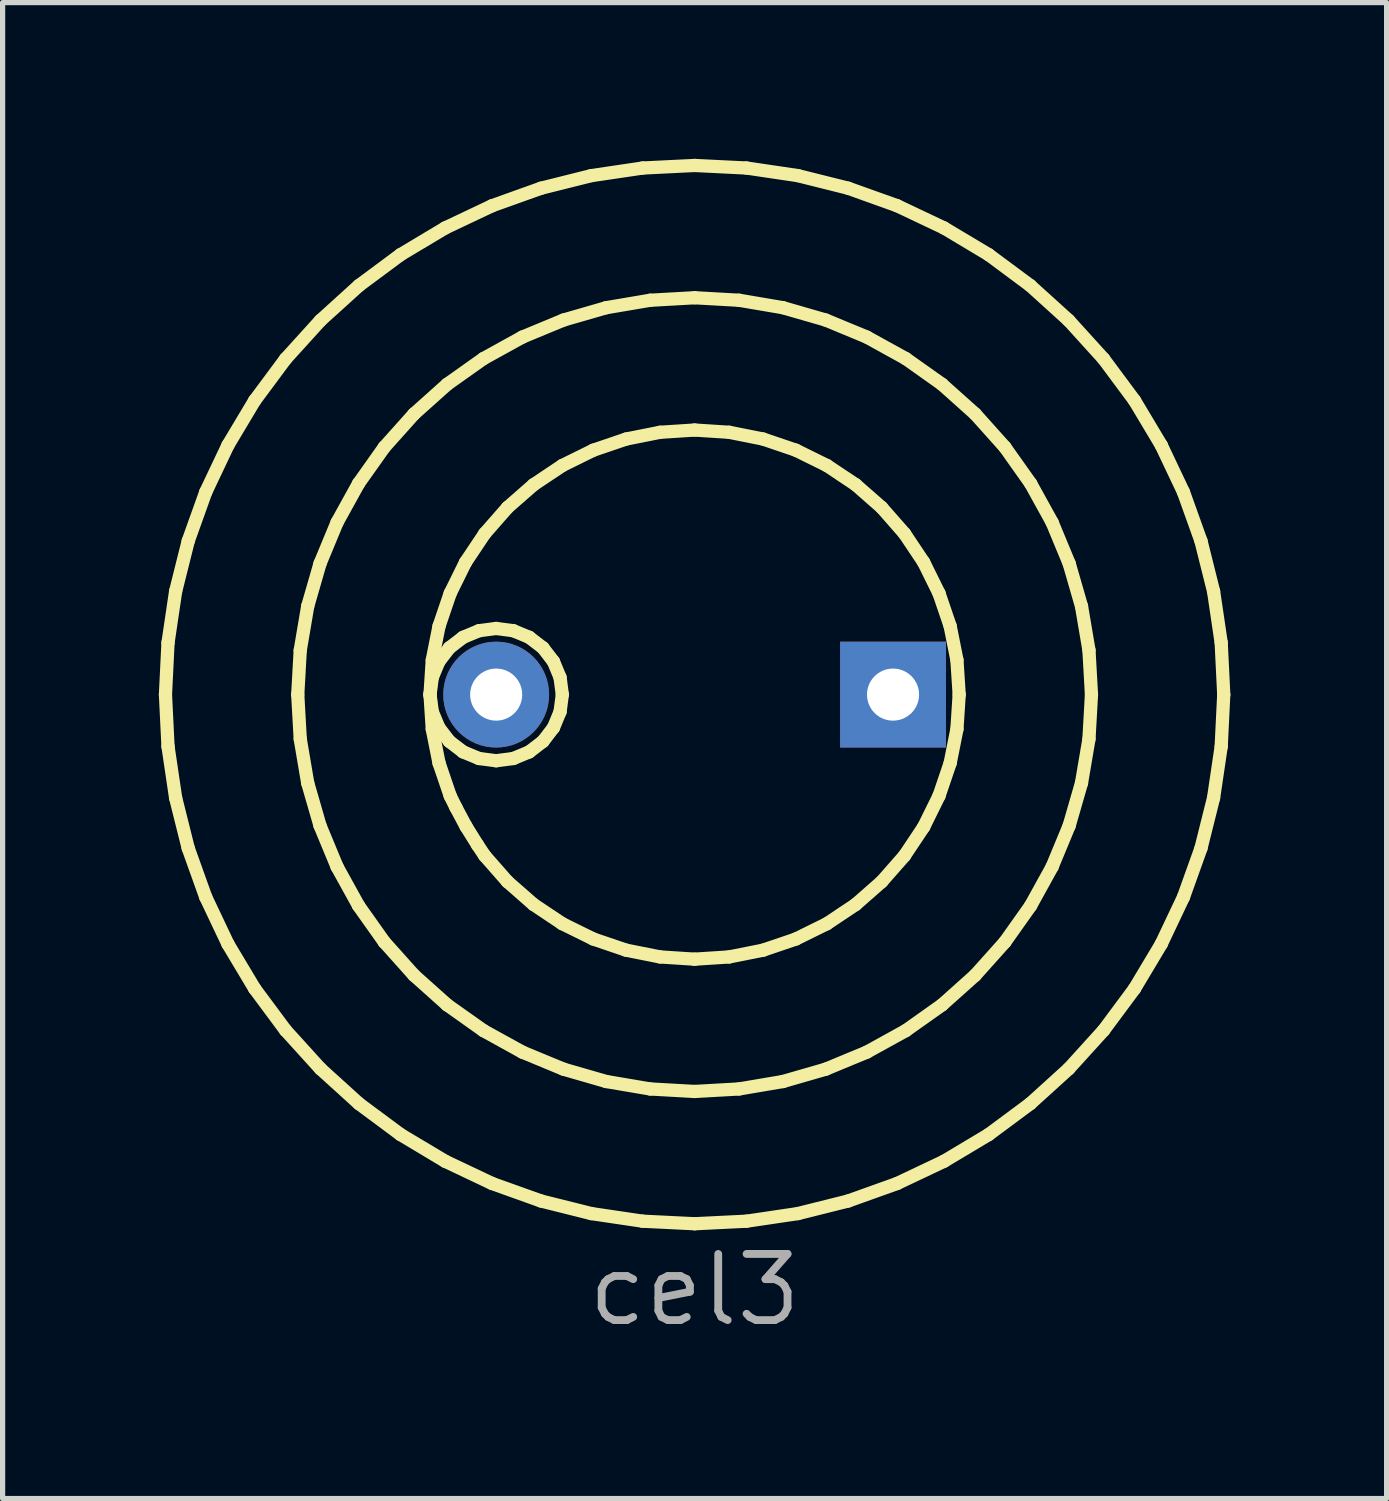
<source format=kicad_pcb>
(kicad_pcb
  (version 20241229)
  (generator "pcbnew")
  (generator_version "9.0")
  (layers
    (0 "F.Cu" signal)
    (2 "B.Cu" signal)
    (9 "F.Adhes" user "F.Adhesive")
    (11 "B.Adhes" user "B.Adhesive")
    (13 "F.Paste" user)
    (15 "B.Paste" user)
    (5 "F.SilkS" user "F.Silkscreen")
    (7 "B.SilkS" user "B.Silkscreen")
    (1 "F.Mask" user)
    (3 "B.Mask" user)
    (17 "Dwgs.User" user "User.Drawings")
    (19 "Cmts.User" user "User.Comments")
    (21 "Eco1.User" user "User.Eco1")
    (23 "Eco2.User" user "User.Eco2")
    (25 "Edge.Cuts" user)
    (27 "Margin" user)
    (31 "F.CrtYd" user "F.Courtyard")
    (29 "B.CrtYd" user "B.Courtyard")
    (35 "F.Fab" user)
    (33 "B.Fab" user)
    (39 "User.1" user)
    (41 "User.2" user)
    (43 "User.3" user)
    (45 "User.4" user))
  (footprint "cel3"
    (layer "F.Cu")
    (at 6.477 10.287)
    (property "Reference" "cel3" (at 3.81 11.43 0) (layer "F.Fab") (effects (font (size 1.27 1.27) (thickness 0.15))))
    (attr through_hole)
    (fp_line (start -6.35 0) (end -6.301 0.996) (stroke (width 0.254) (type default)) (layer "F.SilkS"))
    (fp_line (start -6.301 -0.996) (end -6.35 0) (stroke (width 0.254) (type default)) (layer "F.SilkS"))
    (fp_line (start -6.301 0.996) (end -6.155 1.982) (stroke (width 0.254) (type default)) (layer "F.SilkS"))
    (fp_line (start -6.155 -1.982) (end -6.301 -0.996) (stroke (width 0.254) (type default)) (layer "F.SilkS"))
    (fp_line (start -6.155 1.982) (end -5.913 2.949) (stroke (width 0.254) (type default)) (layer "F.SilkS"))
    (fp_line (start -5.913 -2.949) (end -6.155 -1.982) (stroke (width 0.254) (type default)) (layer "F.SilkS"))
    (fp_line (start -5.913 2.949) (end -5.577 3.888) (stroke (width 0.254) (type default)) (layer "F.SilkS"))
    (fp_line (start -5.577 -3.888) (end -5.913 -2.949) (stroke (width 0.254) (type default)) (layer "F.SilkS"))
    (fp_line (start -5.577 3.888) (end -5.15 4.789) (stroke (width 0.254) (type default)) (layer "F.SilkS"))
    (fp_line (start -5.15 -4.789) (end -5.577 -3.888) (stroke (width 0.254) (type default)) (layer "F.SilkS"))
    (fp_line (start -5.15 4.789) (end -4.638 5.645) (stroke (width 0.254) (type default)) (layer "F.SilkS"))
    (fp_line (start -4.638 -5.645) (end -5.15 -4.789) (stroke (width 0.254) (type default)) (layer "F.SilkS"))
    (fp_line (start -4.638 5.645) (end -4.044 6.445) (stroke (width 0.254) (type default)) (layer "F.SilkS"))
    (fp_line (start -4.044 -6.445) (end -4.638 -5.645) (stroke (width 0.254) (type default)) (layer "F.SilkS"))
    (fp_line (start -4.044 6.445) (end -3.374 7.184) (stroke (width 0.254) (type default)) (layer "F.SilkS"))
    (fp_line (start -3.81 0) (end -3.762 0.853) (stroke (width 0.254) (type default)) (layer "F.SilkS"))
    (fp_line (start -3.762 -0.853) (end -3.81 0) (stroke (width 0.254) (type default)) (layer "F.SilkS"))
    (fp_line (start -3.762 0.853) (end -3.619 1.696) (stroke (width 0.254) (type default)) (layer "F.SilkS"))
    (fp_line (start -3.619 -1.696) (end -3.762 -0.853) (stroke (width 0.254) (type default)) (layer "F.SilkS"))
    (fp_line (start -3.619 1.696) (end -3.382 2.517) (stroke (width 0.254) (type default)) (layer "F.SilkS"))
    (fp_line (start -3.382 -2.517) (end -3.619 -1.696) (stroke (width 0.254) (type default)) (layer "F.SilkS"))
    (fp_line (start -3.382 2.517) (end -3.055 3.306) (stroke (width 0.254) (type default)) (layer "F.SilkS"))
    (fp_line (start -3.374 -7.184) (end -4.044 -6.445) (stroke (width 0.254) (type default)) (layer "F.SilkS"))
    (fp_line (start -3.374 7.184) (end -2.635 7.854) (stroke (width 0.254) (type default)) (layer "F.SilkS"))
    (fp_line (start -3.055 -3.306) (end -3.382 -2.517) (stroke (width 0.254) (type default)) (layer "F.SilkS"))
    (fp_line (start -3.055 3.306) (end -2.642 4.054) (stroke (width 0.254) (type default)) (layer "F.SilkS"))
    (fp_line (start -2.642 -4.054) (end -3.055 -3.306) (stroke (width 0.254) (type default)) (layer "F.SilkS"))
    (fp_line (start -2.642 4.054) (end -2.148 4.751) (stroke (width 0.254) (type default)) (layer "F.SilkS"))
    (fp_line (start -2.635 -7.854) (end -3.374 -7.184) (stroke (width 0.254) (type default)) (layer "F.SilkS"))
    (fp_line (start -2.635 7.854) (end -1.835 8.448) (stroke (width 0.254) (type default)) (layer "F.SilkS"))
    (fp_line (start -2.148 -4.751) (end -2.642 -4.054) (stroke (width 0.254) (type default)) (layer "F.SilkS"))
    (fp_line (start -2.148 4.751) (end -1.578 5.388) (stroke (width 0.254) (type default)) (layer "F.SilkS"))
    (fp_line (start -1.835 -8.448) (end -2.635 -7.854) (stroke (width 0.254) (type default)) (layer "F.SilkS"))
    (fp_line (start -1.835 8.448) (end -0.979 8.96) (stroke (width 0.254) (type default)) (layer "F.SilkS"))
    (fp_line (start -1.578 -5.388) (end -2.148 -4.751) (stroke (width 0.254) (type default)) (layer "F.SilkS"))
    (fp_line (start -1.578 5.388) (end -0.941 5.958) (stroke (width 0.254) (type default)) (layer "F.SilkS"))
    (fp_line (start -1.27 0) (end -1.227 0.329) (stroke (width 0.254) (type default)) (layer "F.SilkS"))
    (fp_line (start -1.27 0) (end -1.227 0.663) (stroke (width 0.254) (type default)) (layer "F.SilkS"))
    (fp_line (start -1.227 -0.329) (end -1.27 0) (stroke (width 0.254) (type default)) (layer "F.SilkS"))
    (fp_line (start -1.227 0.329) (end -1.1 0.635) (stroke (width 0.254) (type default)) (layer "F.SilkS"))
    (fp_line (start -1.227 -0.663) (end -1.27 0) (stroke (width 0.254) (type default)) (layer "F.SilkS"))
    (fp_line (start -1.227 0.663) (end -1.097 1.315) (stroke (width 0.254) (type default)) (layer "F.SilkS"))
    (fp_line (start -1.1 -0.635) (end -1.227 -0.329) (stroke (width 0.254) (type default)) (layer "F.SilkS"))
    (fp_line (start -1.1 0.635) (end -0.898 0.898) (stroke (width 0.254) (type default)) (layer "F.SilkS"))
    (fp_line (start -1.097 -1.315) (end -1.227 -0.663) (stroke (width 0.254) (type default)) (layer "F.SilkS"))
    (fp_line (start -1.097 1.315) (end -0.883 1.944) (stroke (width 0.254) (type default)) (layer "F.SilkS"))
    (fp_line (start -0.979 -8.96) (end -1.835 -8.448) (stroke (width 0.254) (type default)) (layer "F.SilkS"))
    (fp_line (start -0.979 8.96) (end -0.078 9.387) (stroke (width 0.254) (type default)) (layer "F.SilkS"))
    (fp_line (start -0.941 -5.958) (end -1.578 -5.388) (stroke (width 0.254) (type default)) (layer "F.SilkS"))
    (fp_line (start -0.941 5.958) (end -0.244 6.452) (stroke (width 0.254) (type default)) (layer "F.SilkS"))
    (fp_line (start -0.898 -0.898) (end -1.1 -0.635) (stroke (width 0.254) (type default)) (layer "F.SilkS"))
    (fp_line (start -0.898 0.898) (end -0.635 1.1) (stroke (width 0.254) (type default)) (layer "F.SilkS"))
    (fp_line (start -0.883 -1.944) (end -1.097 -1.315) (stroke (width 0.254) (type default)) (layer "F.SilkS"))
    (fp_line (start -0.883 1.944) (end -0.773 2.167) (stroke (width 0.254) (type default)) (layer "F.SilkS"))
    (fp_line (start -0.773 2.167) (end -0.578 2.533) (stroke (width 0.254) (type default)) (layer "F.SilkS"))
    (fp_line (start -0.635 -1.1) (end -0.898 -0.898) (stroke (width 0.254) (type default)) (layer "F.SilkS"))
    (fp_line (start -0.635 1.1) (end -0.329 1.227) (stroke (width 0.254) (type default)) (layer "F.SilkS"))
    (fp_line (start -0.589 -2.54) (end -0.883 -1.944) (stroke (width 0.254) (type default)) (layer "F.SilkS"))
    (fp_line (start -0.578 2.533) (end -0.358 2.886) (stroke (width 0.254) (type default)) (layer "F.SilkS"))
    (fp_line (start -0.358 2.886) (end -0.22 3.093) (stroke (width 0.254) (type default)) (layer "F.SilkS"))
    (fp_line (start -0.329 -1.227) (end -0.635 -1.1) (stroke (width 0.254) (type default)) (layer "F.SilkS"))
    (fp_line (start -0.329 1.227) (end 0 1.27) (stroke (width 0.254) (type default)) (layer "F.SilkS"))
    (fp_line (start -0.244 -6.452) (end -0.941 -5.958) (stroke (width 0.254) (type default)) (layer "F.SilkS"))
    (fp_line (start -0.244 6.452) (end 0.504 6.865) (stroke (width 0.254) (type default)) (layer "F.SilkS"))
    (fp_line (start -0.22 -3.092) (end -0.589 -2.54) (stroke (width 0.254) (type default)) (layer "F.SilkS"))
    (fp_line (start -0.22 3.093) (end 0.218 3.592) (stroke (width 0.254) (type default)) (layer "F.SilkS"))
    (fp_line (start -0.078 -9.387) (end -0.979 -8.96) (stroke (width 0.254) (type default)) (layer "F.SilkS"))
    (fp_line (start -0.078 9.387) (end 0.861 9.723) (stroke (width 0.254) (type default)) (layer "F.SilkS"))
    (fp_line (start 0 -1.27) (end -0.329 -1.227) (stroke (width 0.254) (type default)) (layer "F.SilkS"))
    (fp_line (start 0 1.27) (end 0.329 1.227) (stroke (width 0.254) (type default)) (layer "F.SilkS"))
    (fp_line (start 0.218 -3.592) (end -0.22 -3.092) (stroke (width 0.254) (type default)) (layer "F.SilkS"))
    (fp_line (start 0.218 3.592) (end 0.718 4.03) (stroke (width 0.254) (type default)) (layer "F.SilkS"))
    (fp_line (start 0.329 -1.227) (end 0 -1.27) (stroke (width 0.254) (type default)) (layer "F.SilkS"))
    (fp_line (start 0.329 1.227) (end 0.635 1.1) (stroke (width 0.254) (type default)) (layer "F.SilkS"))
    (fp_line (start 0.504 -6.865) (end -0.244 -6.452) (stroke (width 0.254) (type default)) (layer "F.SilkS"))
    (fp_line (start 0.504 6.865) (end 1.293 7.192) (stroke (width 0.254) (type default)) (layer "F.SilkS"))
    (fp_line (start 0.635 -1.1) (end 0.329 -1.227) (stroke (width 0.254) (type default)) (layer "F.SilkS"))
    (fp_line (start 0.635 1.1) (end 0.898 0.898) (stroke (width 0.254) (type default)) (layer "F.SilkS"))
    (fp_line (start 0.718 -4.03) (end 0.218 -3.592) (stroke (width 0.254) (type default)) (layer "F.SilkS"))
    (fp_line (start 0.718 4.03) (end 1.27 4.399) (stroke (width 0.254) (type default)) (layer "F.SilkS"))
    (fp_line (start 0.861 -9.723) (end -0.078 -9.387) (stroke (width 0.254) (type default)) (layer "F.SilkS"))
    (fp_line (start 0.861 9.723) (end 1.828 9.965) (stroke (width 0.254) (type default)) (layer "F.SilkS"))
    (fp_line (start 0.898 -0.898) (end 0.635 -1.1) (stroke (width 0.254) (type default)) (layer "F.SilkS"))
    (fp_line (start 0.898 0.898) (end 1.1 0.635) (stroke (width 0.254) (type default)) (layer "F.SilkS"))
    (fp_line (start 1.1 -0.635) (end 0.898 -0.898) (stroke (width 0.254) (type default)) (layer "F.SilkS"))
    (fp_line (start 1.1 0.635) (end 1.227 0.329) (stroke (width 0.254) (type default)) (layer "F.SilkS"))
    (fp_line (start 1.227 -0.329) (end 1.1 -0.635) (stroke (width 0.254) (type default)) (layer "F.SilkS"))
    (fp_line (start 1.227 0.329) (end 1.27 0) (stroke (width 0.254) (type default)) (layer "F.SilkS"))
    (fp_line (start 1.27 -4.399) (end 0.718 -4.03) (stroke (width 0.254) (type default)) (layer "F.SilkS"))
    (fp_line (start 1.27 0) (end 1.227 -0.329) (stroke (width 0.254) (type default)) (layer "F.SilkS"))
    (fp_line (start 1.27 4.399) (end 1.866 4.693) (stroke (width 0.254) (type default)) (layer "F.SilkS"))
    (fp_line (start 1.293 -7.192) (end 0.504 -6.865) (stroke (width 0.254) (type default)) (layer "F.SilkS"))
    (fp_line (start 1.293 7.192) (end 2.114 7.429) (stroke (width 0.254) (type default)) (layer "F.SilkS"))
    (fp_line (start 1.828 -9.965) (end 0.861 -9.723) (stroke (width 0.254) (type default)) (layer "F.SilkS"))
    (fp_line (start 1.828 9.965) (end 2.814 10.111) (stroke (width 0.254) (type default)) (layer "F.SilkS"))
    (fp_line (start 1.866 -4.693) (end 1.27 -4.399) (stroke (width 0.254) (type default)) (layer "F.SilkS"))
    (fp_line (start 1.866 4.693) (end 2.495 4.907) (stroke (width 0.254) (type default)) (layer "F.SilkS"))
    (fp_line (start 2.114 -7.429) (end 1.293 -7.192) (stroke (width 0.254) (type default)) (layer "F.SilkS"))
    (fp_line (start 2.114 7.429) (end 2.957 7.572) (stroke (width 0.254) (type default)) (layer "F.SilkS"))
    (fp_line (start 2.495 -4.907) (end 1.866 -4.693) (stroke (width 0.254) (type default)) (layer "F.SilkS"))
    (fp_line (start 2.495 4.907) (end 3.147 5.037) (stroke (width 0.254) (type default)) (layer "F.SilkS"))
    (fp_line (start 2.814 -10.111) (end 1.828 -9.965) (stroke (width 0.254) (type default)) (layer "F.SilkS"))
    (fp_line (start 2.814 10.111) (end 3.81 10.16) (stroke (width 0.254) (type default)) (layer "F.SilkS"))
    (fp_line (start 2.957 -7.572) (end 2.114 -7.429) (stroke (width 0.254) (type default)) (layer "F.SilkS"))
    (fp_line (start 2.957 7.572) (end 3.81 7.62) (stroke (width 0.254) (type default)) (layer "F.SilkS"))
    (fp_line (start 3.147 -5.037) (end 2.495 -4.907) (stroke (width 0.254) (type default)) (layer "F.SilkS"))
    (fp_line (start 3.147 5.037) (end 3.81 5.08) (stroke (width 0.254) (type default)) (layer "F.SilkS"))
    (fp_line (start 3.81 -10.16) (end 2.814 -10.111) (stroke (width 0.254) (type default)) (layer "F.SilkS"))
    (fp_line (start 3.81 -7.62) (end 2.957 -7.572) (stroke (width 0.254) (type default)) (layer "F.SilkS"))
    (fp_line (start 3.81 -5.08) (end 3.147 -5.037) (stroke (width 0.254) (type default)) (layer "F.SilkS"))
    (fp_line (start 3.81 5.08) (end 4.473 5.037) (stroke (width 0.254) (type default)) (layer "F.SilkS"))
    (fp_line (start 3.81 7.62) (end 4.663 7.572) (stroke (width 0.254) (type default)) (layer "F.SilkS"))
    (fp_line (start 3.81 10.16) (end 4.806 10.111) (stroke (width 0.254) (type default)) (layer "F.SilkS"))
    (fp_line (start 4.473 -5.037) (end 3.81 -5.08) (stroke (width 0.254) (type default)) (layer "F.SilkS"))
    (fp_line (start 4.473 5.037) (end 5.125 4.907) (stroke (width 0.254) (type default)) (layer "F.SilkS"))
    (fp_line (start 4.663 -7.572) (end 3.81 -7.62) (stroke (width 0.254) (type default)) (layer "F.SilkS"))
    (fp_line (start 4.663 7.572) (end 5.506 7.429) (stroke (width 0.254) (type default)) (layer "F.SilkS"))
    (fp_line (start 4.806 -10.111) (end 3.81 -10.16) (stroke (width 0.254) (type default)) (layer "F.SilkS"))
    (fp_line (start 4.806 10.111) (end 5.792 9.965) (stroke (width 0.254) (type default)) (layer "F.SilkS"))
    (fp_line (start 5.125 -4.907) (end 4.473 -5.037) (stroke (width 0.254) (type default)) (layer "F.SilkS"))
    (fp_line (start 5.125 4.907) (end 5.754 4.693) (stroke (width 0.254) (type default)) (layer "F.SilkS"))
    (fp_line (start 5.506 -7.429) (end 4.663 -7.572) (stroke (width 0.254) (type default)) (layer "F.SilkS"))
    (fp_line (start 5.506 7.429) (end 6.327 7.192) (stroke (width 0.254) (type default)) (layer "F.SilkS"))
    (fp_line (start 5.754 -4.693) (end 5.125 -4.907) (stroke (width 0.254) (type default)) (layer "F.SilkS"))
    (fp_line (start 5.754 4.693) (end 6.35 4.399) (stroke (width 0.254) (type default)) (layer "F.SilkS"))
    (fp_line (start 5.792 -9.965) (end 4.806 -10.111) (stroke (width 0.254) (type default)) (layer "F.SilkS"))
    (fp_line (start 5.792 9.965) (end 6.759 9.723) (stroke (width 0.254) (type default)) (layer "F.SilkS"))
    (fp_line (start 6.327 -7.192) (end 5.506 -7.429) (stroke (width 0.254) (type default)) (layer "F.SilkS"))
    (fp_line (start 6.327 7.192) (end 7.116 6.865) (stroke (width 0.254) (type default)) (layer "F.SilkS"))
    (fp_line (start 6.35 -4.399) (end 5.754 -4.693) (stroke (width 0.254) (type default)) (layer "F.SilkS"))
    (fp_line (start 6.35 4.399) (end 6.903 4.03) (stroke (width 0.254) (type default)) (layer "F.SilkS"))
    (fp_line (start 6.759 -9.723) (end 5.792 -9.965) (stroke (width 0.254) (type default)) (layer "F.SilkS"))
    (fp_line (start 6.759 9.723) (end 7.698 9.387) (stroke (width 0.254) (type default)) (layer "F.SilkS"))
    (fp_line (start 6.903 -4.03) (end 6.35 -4.399) (stroke (width 0.254) (type default)) (layer "F.SilkS"))
    (fp_line (start 6.903 4.03) (end 7.402 3.592) (stroke (width 0.254) (type default)) (layer "F.SilkS"))
    (fp_line (start 7.116 -6.865) (end 6.327 -7.192) (stroke (width 0.254) (type default)) (layer "F.SilkS"))
    (fp_line (start 7.116 6.865) (end 7.864 6.452) (stroke (width 0.254) (type default)) (layer "F.SilkS"))
    (fp_line (start 7.402 -3.592) (end 6.903 -4.03) (stroke (width 0.254) (type default)) (layer "F.SilkS"))
    (fp_line (start 7.402 3.592) (end 7.84 3.093) (stroke (width 0.254) (type default)) (layer "F.SilkS"))
    (fp_line (start 7.698 -9.387) (end 6.759 -9.723) (stroke (width 0.254) (type default)) (layer "F.SilkS"))
    (fp_line (start 7.698 9.387) (end 8.599 8.96) (stroke (width 0.254) (type default)) (layer "F.SilkS"))
    (fp_line (start 7.84 -3.092) (end 7.402 -3.592) (stroke (width 0.254) (type default)) (layer "F.SilkS"))
    (fp_line (start 7.84 3.093) (end 8.209 2.54) (stroke (width 0.254) (type default)) (layer "F.SilkS"))
    (fp_line (start 7.864 -6.452) (end 7.116 -6.865) (stroke (width 0.254) (type default)) (layer "F.SilkS"))
    (fp_line (start 7.864 6.452) (end 8.561 5.958) (stroke (width 0.254) (type default)) (layer "F.SilkS"))
    (fp_line (start 8.209 -2.54) (end 7.84 -3.092) (stroke (width 0.254) (type default)) (layer "F.SilkS"))
    (fp_line (start 8.209 2.54) (end 8.503 1.944) (stroke (width 0.254) (type default)) (layer "F.SilkS"))
    (fp_line (start 8.503 -1.944) (end 8.209 -2.54) (stroke (width 0.254) (type default)) (layer "F.SilkS"))
    (fp_line (start 8.503 1.944) (end 8.717 1.315) (stroke (width 0.254) (type default)) (layer "F.SilkS"))
    (fp_line (start 8.561 -5.958) (end 7.864 -6.452) (stroke (width 0.254) (type default)) (layer "F.SilkS"))
    (fp_line (start 8.561 5.958) (end 9.198 5.388) (stroke (width 0.254) (type default)) (layer "F.SilkS"))
    (fp_line (start 8.599 -8.96) (end 7.698 -9.387) (stroke (width 0.254) (type default)) (layer "F.SilkS"))
    (fp_line (start 8.599 8.96) (end 9.455 8.448) (stroke (width 0.254) (type default)) (layer "F.SilkS"))
    (fp_line (start 8.717 -1.315) (end 8.503 -1.944) (stroke (width 0.254) (type default)) (layer "F.SilkS"))
    (fp_line (start 8.717 1.315) (end 8.847 0.663) (stroke (width 0.254) (type default)) (layer "F.SilkS"))
    (fp_line (start 8.847 -0.663) (end 8.717 -1.315) (stroke (width 0.254) (type default)) (layer "F.SilkS"))
    (fp_line (start 8.847 0.663) (end 8.89 0) (stroke (width 0.254) (type default)) (layer "F.SilkS"))
    (fp_line (start 8.89 0) (end 8.847 -0.663) (stroke (width 0.254) (type default)) (layer "F.SilkS"))
    (fp_line (start 9.198 -5.388) (end 8.561 -5.958) (stroke (width 0.254) (type default)) (layer "F.SilkS"))
    (fp_line (start 9.198 5.388) (end 9.768 4.751) (stroke (width 0.254) (type default)) (layer "F.SilkS"))
    (fp_line (start 9.455 -8.448) (end 8.599 -8.96) (stroke (width 0.254) (type default)) (layer "F.SilkS"))
    (fp_line (start 9.455 8.448) (end 10.255 7.854) (stroke (width 0.254) (type default)) (layer "F.SilkS"))
    (fp_line (start 9.768 -4.751) (end 9.198 -5.388) (stroke (width 0.254) (type default)) (layer "F.SilkS"))
    (fp_line (start 9.768 4.751) (end 10.262 4.054) (stroke (width 0.254) (type default)) (layer "F.SilkS"))
    (fp_line (start 10.255 -7.854) (end 9.455 -8.448) (stroke (width 0.254) (type default)) (layer "F.SilkS"))
    (fp_line (start 10.255 7.854) (end 10.994 7.184) (stroke (width 0.254) (type default)) (layer "F.SilkS"))
    (fp_line (start 10.262 -4.054) (end 9.768 -4.751) (stroke (width 0.254) (type default)) (layer "F.SilkS"))
    (fp_line (start 10.262 4.054) (end 10.675 3.306) (stroke (width 0.254) (type default)) (layer "F.SilkS"))
    (fp_line (start 10.675 -3.306) (end 10.262 -4.054) (stroke (width 0.254) (type default)) (layer "F.SilkS"))
    (fp_line (start 10.675 3.306) (end 11.002 2.517) (stroke (width 0.254) (type default)) (layer "F.SilkS"))
    (fp_line (start 10.994 -7.184) (end 10.255 -7.854) (stroke (width 0.254) (type default)) (layer "F.SilkS"))
    (fp_line (start 10.994 7.184) (end 11.664 6.445) (stroke (width 0.254) (type default)) (layer "F.SilkS"))
    (fp_line (start 11.002 -2.517) (end 10.675 -3.306) (stroke (width 0.254) (type default)) (layer "F.SilkS"))
    (fp_line (start 11.002 2.517) (end 11.239 1.696) (stroke (width 0.254) (type default)) (layer "F.SilkS"))
    (fp_line (start 11.239 -1.696) (end 11.002 -2.517) (stroke (width 0.254) (type default)) (layer "F.SilkS"))
    (fp_line (start 11.239 1.696) (end 11.382 0.853) (stroke (width 0.254) (type default)) (layer "F.SilkS"))
    (fp_line (start 11.382 -0.853) (end 11.239 -1.696) (stroke (width 0.254) (type default)) (layer "F.SilkS"))
    (fp_line (start 11.382 0.853) (end 11.43 0) (stroke (width 0.254) (type default)) (layer "F.SilkS"))
    (fp_line (start 11.43 0) (end 11.382 -0.853) (stroke (width 0.254) (type default)) (layer "F.SilkS"))
    (fp_line (start 11.664 -6.445) (end 10.994 -7.184) (stroke (width 0.254) (type default)) (layer "F.SilkS"))
    (fp_line (start 11.664 6.445) (end 12.258 5.645) (stroke (width 0.254) (type default)) (layer "F.SilkS"))
    (fp_line (start 12.258 -5.645) (end 11.664 -6.445) (stroke (width 0.254) (type default)) (layer "F.SilkS"))
    (fp_line (start 12.258 5.645) (end 12.77 4.789) (stroke (width 0.254) (type default)) (layer "F.SilkS"))
    (fp_line (start 12.77 -4.789) (end 12.258 -5.645) (stroke (width 0.254) (type default)) (layer "F.SilkS"))
    (fp_line (start 12.77 4.789) (end 13.197 3.888) (stroke (width 0.254) (type default)) (layer "F.SilkS"))
    (fp_line (start 13.197 -3.888) (end 12.77 -4.789) (stroke (width 0.254) (type default)) (layer "F.SilkS"))
    (fp_line (start 13.197 3.888) (end 13.533 2.949) (stroke (width 0.254) (type default)) (layer "F.SilkS"))
    (fp_line (start 13.533 -2.949) (end 13.197 -3.888) (stroke (width 0.254) (type default)) (layer "F.SilkS"))
    (fp_line (start 13.533 2.949) (end 13.775 1.982) (stroke (width 0.254) (type default)) (layer "F.SilkS"))
    (fp_line (start 13.775 -1.982) (end 13.533 -2.949) (stroke (width 0.254) (type default)) (layer "F.SilkS"))
    (fp_line (start 13.775 1.982) (end 13.921 0.996) (stroke (width 0.254) (type default)) (layer "F.SilkS"))
    (fp_line (start 13.921 -0.996) (end 13.775 -1.982) (stroke (width 0.254) (type default)) (layer "F.SilkS"))
    (fp_line (start 13.921 0.996) (end 13.97 0) (stroke (width 0.254) (type default)) (layer "F.SilkS"))
    (fp_line (start 13.97 0) (end 13.921 -0.996) (stroke (width 0.254) (type default)) (layer "F.SilkS"))
    (pad "1" thru_hole rect (at 7.62 0) (size 2.032 2.032) (drill 1) (layers "*.Cu" "*.Mask"))
    (pad "2" thru_hole circle (at 0 0) (size 2.032 2.032) (drill 1) (layers "*.Cu" "*.Mask")))
  (gr_rect
    (start -3 -3)
    (end 23.574 25.723)
    (stroke (width 0.1) (type default))
    (fill no)
    (layer "Edge.Cuts")))
</source>
